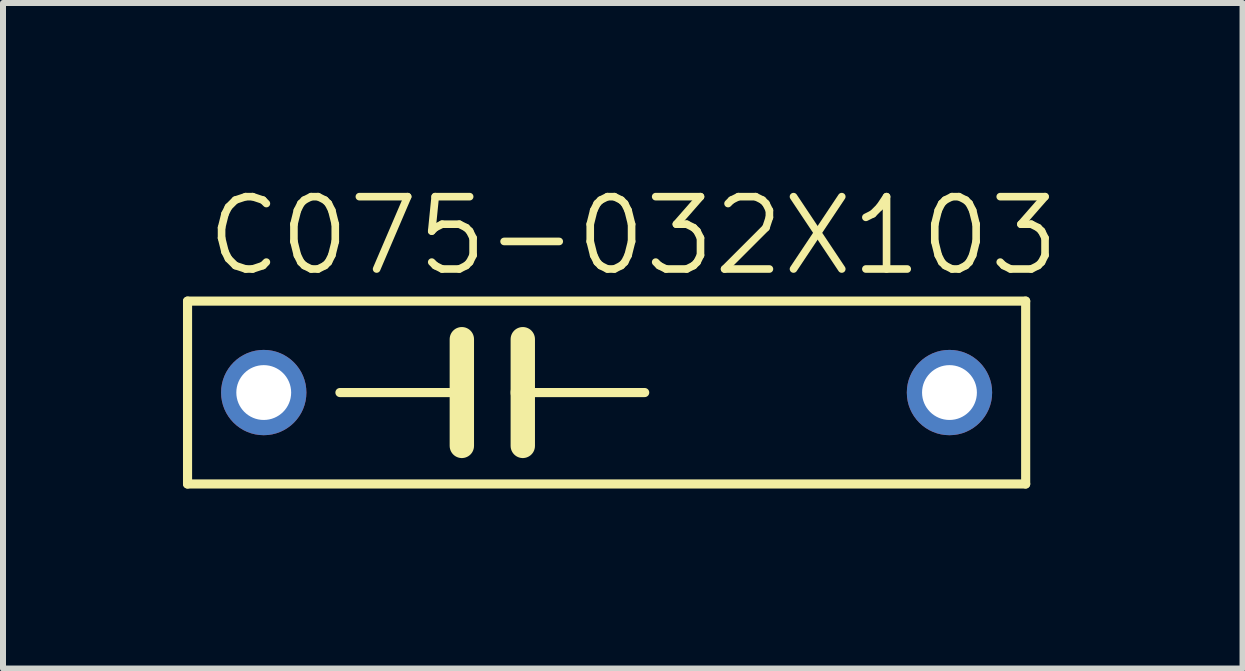
<source format=kicad_pcb>
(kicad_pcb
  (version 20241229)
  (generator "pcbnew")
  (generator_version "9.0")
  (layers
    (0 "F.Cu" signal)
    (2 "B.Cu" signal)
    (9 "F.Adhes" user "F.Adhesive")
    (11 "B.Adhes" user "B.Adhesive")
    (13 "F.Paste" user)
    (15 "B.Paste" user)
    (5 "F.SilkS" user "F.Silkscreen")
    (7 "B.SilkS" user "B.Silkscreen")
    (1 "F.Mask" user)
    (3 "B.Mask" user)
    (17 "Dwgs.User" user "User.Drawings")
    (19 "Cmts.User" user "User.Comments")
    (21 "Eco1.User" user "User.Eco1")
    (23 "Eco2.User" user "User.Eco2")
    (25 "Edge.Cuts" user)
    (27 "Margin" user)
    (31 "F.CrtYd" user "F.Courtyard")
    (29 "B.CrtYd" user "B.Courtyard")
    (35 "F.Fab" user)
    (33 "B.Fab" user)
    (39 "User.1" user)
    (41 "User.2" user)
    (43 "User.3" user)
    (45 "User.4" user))
  (footprint "C075-032X103"
    (layer "F.Cu")
    (at 5.156 3.493)
    (property "Reference" "C075-032X103" (at -4.826 -1.905 0) (layer "F.SilkS") (effects (font (size 1.206 1.206) (thickness 0.127)) (justify left bottom)))
    (attr through_hole)
    (fp_line (start -5.08 -1.524) (end -5.08 1.524) (stroke (width 0.152) (type solid)) (layer "F.SilkS"))
    (fp_line (start -5.08 1.524) (end 8.89 1.524) (stroke (width 0.152) (type solid)) (layer "F.SilkS"))
    (fp_line (start -2.54 0) (end -0.508 0) (stroke (width 0.152) (type solid)) (layer "F.SilkS"))
    (fp_line (start -0.508 -0.889) (end -0.508 0) (stroke (width 0.406) (type solid)) (layer "F.SilkS"))
    (fp_line (start -0.508 0) (end -0.508 0.889) (stroke (width 0.406) (type solid)) (layer "F.SilkS"))
    (fp_line (start 0.508 -0.889) (end 0.508 0) (stroke (width 0.406) (type solid)) (layer "F.SilkS"))
    (fp_line (start 0.508 0) (end 0.508 0.889) (stroke (width 0.406) (type solid)) (layer "F.SilkS"))
    (fp_line (start 0.508 0) (end 2.54 0) (stroke (width 0.152) (type solid)) (layer "F.SilkS"))
    (fp_line (start 8.89 -1.524) (end -5.08 -1.524) (stroke (width 0.152) (type solid)) (layer "F.SilkS"))
    (fp_line (start 8.89 1.524) (end 8.89 -1.524) (stroke (width 0.152) (type solid)) (layer "F.SilkS"))
    (pad "1" thru_hole circle (at -3.81 0) (size 1.422 1.422) (drill 0.914) (layers "*.Cu" "*.Mask"))
    (pad "2" thru_hole circle (at 7.62 0) (size 1.422 1.422) (drill 0.914) (layers "*.Cu" "*.Mask")))
  (gr_rect
    (start -3 -3)
    (end 17.661 8.093)
    (stroke (width 0.1) (type default))
    (fill no)
    (layer "Edge.Cuts")))
</source>
